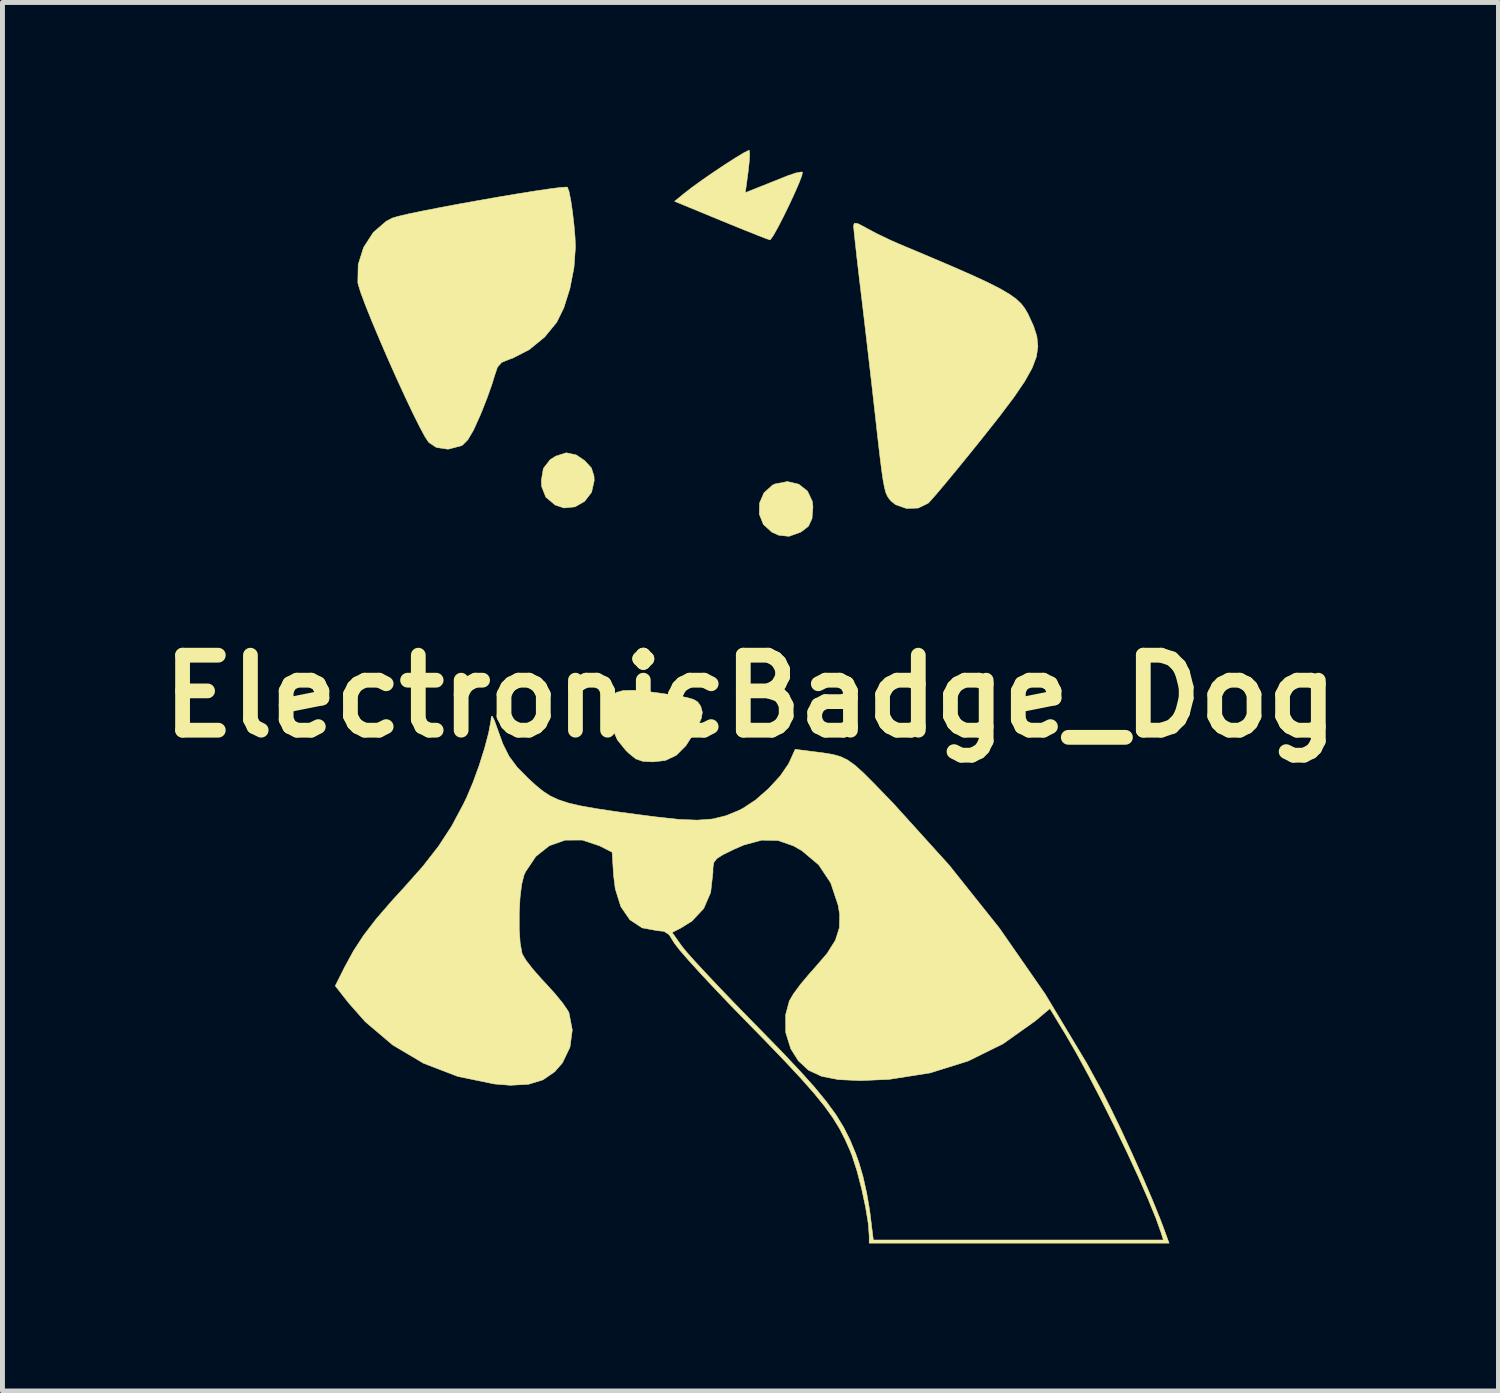
<source format=kicad_pcb>
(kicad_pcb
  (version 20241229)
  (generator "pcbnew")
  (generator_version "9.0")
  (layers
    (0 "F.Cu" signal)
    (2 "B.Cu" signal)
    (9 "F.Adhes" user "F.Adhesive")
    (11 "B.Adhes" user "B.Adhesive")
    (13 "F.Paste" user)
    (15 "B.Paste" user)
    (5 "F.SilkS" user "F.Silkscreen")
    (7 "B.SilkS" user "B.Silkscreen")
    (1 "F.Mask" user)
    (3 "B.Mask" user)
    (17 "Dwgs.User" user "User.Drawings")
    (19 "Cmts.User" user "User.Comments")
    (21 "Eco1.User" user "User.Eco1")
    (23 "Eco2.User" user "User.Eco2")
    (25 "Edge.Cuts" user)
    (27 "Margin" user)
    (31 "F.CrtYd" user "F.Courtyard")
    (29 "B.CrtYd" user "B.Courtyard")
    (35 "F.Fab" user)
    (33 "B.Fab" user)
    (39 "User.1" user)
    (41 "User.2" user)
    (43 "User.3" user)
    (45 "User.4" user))
  (footprint "ElectronicBadge_Dog"
    (layer "F.Cu")
    (at 12.199 11.098)
    (property "Reference" "ElectronicBadge_Dog" (at 0 0 0) (layer "F.SilkS") (effects (font (size 1.524 1.524) (thickness 0.3))))
    (attr through_hole)
    (fp_poly (pts (xy -3.54 -4.904) (xy -3.37 -4.789) (xy -3.232 -4.64) (xy -3.179 -4.474) (xy -3.175 -4.381) (xy -3.228 -4.145) (xy -3.369 -3.961) (xy -3.565 -3.849) (xy -3.789 -3.826) (xy -3.969 -3.887) (xy -4.158 -4.046) (xy -4.242 -4.26) (xy -4.25 -4.381) (xy -4.208 -4.629) (xy -4.07 -4.807) (xy -3.957 -4.879) (xy -3.743 -4.947) (xy -3.54 -4.904)) (stroke (width 0.01) (type solid)) (fill yes) (layer "F.SilkS"))
    (fp_poly (pts (xy 0.981 -4.309) (xy 1.159 -4.169) (xy 1.258 -3.96) (xy 1.27 -3.847) (xy 1.251 -3.61) (xy 1.179 -3.455) (xy 1.036 -3.344) (xy 1.011 -3.331) (xy 0.783 -3.25) (xy 0.575 -3.272) (xy 0.435 -3.335) (xy 0.263 -3.491) (xy 0.18 -3.7) (xy 0.185 -3.926) (xy 0.275 -4.134) (xy 0.448 -4.29) (xy 0.499 -4.314) (xy 0.752 -4.363) (xy 0.981 -4.309)) (stroke (width 0.01) (type solid)) (fill yes) (layer "F.SilkS"))
    (fp_poly (pts (xy -2.095 -0.097) (xy -1.822 -0.061) (xy -1.506 -0.014) (xy -1.292 0.025) (xy -1.157 0.064) (xy -1.077 0.111) (xy -1.028 0.174) (xy -1.006 0.218) (xy -0.977 0.326) (xy -0.998 0.449) (xy -1.079 0.627) (xy -1.117 0.698) (xy -1.31 1.003) (xy -1.507 1.2) (xy -1.729 1.305) (xy -1.981 1.333) (xy -2.185 1.323) (xy -2.329 1.273) (xy -2.472 1.158) (xy -2.536 1.095) (xy -2.706 0.883) (xy -2.813 0.637) (xy -2.851 0.487) (xy -2.893 0.274) (xy -2.9 0.143) (xy -2.868 0.055) (xy -2.822 -0.005) (xy -2.726 -0.077) (xy -2.588 -0.116) (xy -2.384 -0.122) (xy -2.095 -0.097)) (stroke (width 0.01) (type solid)) (fill yes) (layer "F.SilkS"))
    (fp_poly (pts (xy -0.015 -11.019) (xy -0.025 -10.856) (xy -0.048 -10.649) (xy -0.104 -10.234) (xy 0.186 -10.349) (xy 0.432 -10.447) (xy 0.687 -10.549) (xy 0.749 -10.574) (xy 0.917 -10.632) (xy 1.032 -10.654) (xy 1.056 -10.649) (xy 1.045 -10.581) (xy 0.987 -10.429) (xy 0.896 -10.22) (xy 0.785 -9.981) (xy 0.667 -9.74) (xy 0.556 -9.524) (xy 0.464 -9.361) (xy 0.406 -9.279) (xy 0.396 -9.274) (xy 0.324 -9.298) (xy 0.156 -9.363) (xy -0.088 -9.46) (xy -0.386 -9.581) (xy -0.596 -9.667) (xy -1.541 -10.057) (xy -1.358 -10.208) (xy -1.197 -10.333) (xy -0.988 -10.484) (xy -0.754 -10.646) (xy -0.519 -10.803) (xy -0.305 -10.94) (xy -0.137 -11.042) (xy -0.038 -11.091) (xy -0.023 -11.093) (xy -0.015 -11.019)) (stroke (width 0.01) (type solid)) (fill yes) (layer "F.SilkS"))
    (fp_poly (pts (xy -3.718 -10.343) (xy -3.687 -10.258) (xy -3.651 -10.08) (xy -3.616 -9.843) (xy -3.586 -9.581) (xy -3.564 -9.327) (xy -3.556 -9.125) (xy -3.586 -8.709) (xy -3.669 -8.283) (xy -3.792 -7.893) (xy -3.937 -7.598) (xy -4.184 -7.297) (xy -4.497 -7.042) (xy -4.832 -6.87) (xy -4.894 -6.849) (xy -5.053 -6.785) (xy -5.141 -6.687) (xy -5.2 -6.511) (xy -5.256 -6.329) (xy -5.346 -6.075) (xy -5.455 -5.797) (xy -5.494 -5.703) (xy -5.628 -5.406) (xy -5.742 -5.213) (xy -5.846 -5.107) (xy -5.879 -5.089) (xy -6.144 -5.02) (xy -6.383 -5.056) (xy -6.537 -5.159) (xy -6.61 -5.268) (xy -6.721 -5.474) (xy -6.862 -5.757) (xy -7.023 -6.097) (xy -7.196 -6.474) (xy -7.372 -6.868) (xy -7.54 -7.258) (xy -7.694 -7.624) (xy -7.823 -7.946) (xy -7.919 -8.203) (xy -7.972 -8.375) (xy -7.978 -8.409) (xy -7.971 -8.772) (xy -7.861 -9.12) (xy -7.664 -9.425) (xy -7.399 -9.654) (xy -7.278 -9.717) (xy -7.161 -9.752) (xy -6.947 -9.802) (xy -6.656 -9.862) (xy -6.305 -9.931) (xy -5.916 -10.004) (xy -5.507 -10.077) (xy -5.098 -10.149) (xy -4.708 -10.214) (xy -4.358 -10.27) (xy -4.065 -10.313) (xy -3.851 -10.34) (xy -3.733 -10.347) (xy -3.718 -10.343)) (stroke (width 0.01) (type solid)) (fill yes) (layer "F.SilkS"))
    (fp_poly (pts (xy 2.18 -9.605) (xy 2.322 -9.533) (xy 2.365 -9.508) (xy 2.578 -9.395) (xy 2.839 -9.27) (xy 3.016 -9.192) (xy 3.618 -8.939) (xy 4.113 -8.728) (xy 4.513 -8.552) (xy 4.831 -8.404) (xy 5.077 -8.279) (xy 5.263 -8.17) (xy 5.4 -8.072) (xy 5.501 -7.977) (xy 5.576 -7.879) (xy 5.637 -7.773) (xy 5.644 -7.759) (xy 5.752 -7.525) (xy 5.82 -7.314) (xy 5.841 -7.11) (xy 5.811 -6.9) (xy 5.723 -6.667) (xy 5.573 -6.398) (xy 5.354 -6.077) (xy 5.062 -5.689) (xy 4.722 -5.259) (xy 4.444 -4.914) (xy 4.186 -4.597) (xy 3.96 -4.324) (xy 3.779 -4.109) (xy 3.655 -3.968) (xy 3.609 -3.921) (xy 3.407 -3.824) (xy 3.17 -3.816) (xy 2.951 -3.892) (xy 2.863 -3.962) (xy 2.819 -4.012) (xy 2.783 -4.065) (xy 2.751 -4.138) (xy 2.723 -4.244) (xy 2.694 -4.398) (xy 2.663 -4.616) (xy 2.626 -4.913) (xy 2.581 -5.302) (xy 2.526 -5.799) (xy 2.51 -5.937) (xy 2.47 -6.293) (xy 2.419 -6.736) (xy 2.362 -7.226) (xy 2.304 -7.723) (xy 2.254 -8.143) (xy 2.206 -8.543) (xy 2.164 -8.904) (xy 2.131 -9.206) (xy 2.107 -9.427) (xy 2.096 -9.549) (xy 2.095 -9.562) (xy 2.112 -9.613) (xy 2.18 -9.605)) (stroke (width 0.01) (type solid)) (fill yes) (layer "F.SilkS"))
    (fp_poly (pts (xy -5.205 0.486) (xy -5.151 0.635) (xy -5.031 0.968) (xy -4.904 1.222) (xy -4.742 1.44) (xy -4.516 1.669) (xy -4.512 1.673) (xy -4.356 1.815) (xy -4.214 1.931) (xy -4.069 2.025) (xy -3.904 2.102) (xy -3.704 2.168) (xy -3.451 2.227) (xy -3.129 2.284) (xy -2.723 2.345) (xy -2.214 2.413) (xy -1.921 2.451) (xy -1.454 2.502) (xy -1.081 2.517) (xy -0.772 2.494) (xy -0.5 2.428) (xy -0.235 2.319) (xy -0.154 2.278) (xy 0.104 2.108) (xy 0.368 1.877) (xy 0.603 1.622) (xy 0.77 1.38) (xy 0.797 1.325) (xy 0.909 1.078) (xy 1.232 1.119) (xy 1.477 1.15) (xy 1.669 1.181) (xy 1.828 1.225) (xy 1.972 1.294) (xy 2.122 1.401) (xy 2.296 1.557) (xy 2.514 1.775) (xy 2.796 2.067) (xy 2.907 2.182) (xy 4.038 3.432) (xy 5.059 4.712) (xy 5.986 6.047) (xy 6.834 7.458) (xy 7.131 8.001) (xy 7.319 8.371) (xy 7.533 8.813) (xy 7.755 9.293) (xy 7.972 9.778) (xy 8.167 10.232) (xy 8.325 10.622) (xy 8.373 10.747) (xy 8.507 11.113) (xy 2.413 11.113) (xy 2.413 10.962) (xy 2.393 10.706) (xy 2.338 10.374) (xy 2.259 10.006) (xy 2.165 9.644) (xy 2.064 9.332) (xy 2.026 9.235) (xy 1.922 9.002) (xy 1.808 8.781) (xy 1.672 8.56) (xy 1.504 8.327) (xy 1.294 8.068) (xy 1.031 7.77) (xy 0.706 7.421) (xy 0.307 7.006) (xy -0.055 6.636) (xy -0.404 6.278) (xy -0.728 5.938) (xy -1.016 5.63) (xy -1.255 5.367) (xy -1.433 5.162) (xy -1.537 5.029) (xy -1.555 5.001) (xy -1.653 4.845) (xy -1.72 4.8) (xy -1.592 4.8) (xy -1.391 5.083) (xy -1.295 5.2) (xy -1.123 5.393) (xy -0.887 5.647) (xy -0.602 5.949) (xy -0.28 6.284) (xy 0.066 6.639) (xy 0.157 6.731) (xy 0.615 7.2) (xy 0.991 7.598) (xy 1.297 7.938) (xy 1.541 8.235) (xy 1.737 8.503) (xy 1.893 8.757) (xy 2.022 9.012) (xy 2.134 9.282) (xy 2.2 9.463) (xy 2.285 9.752) (xy 2.363 10.1) (xy 2.421 10.437) (xy 2.427 10.483) (xy 2.497 11.049) (xy 8.391 11.049) (xy 8.346 10.906) (xy 8.239 10.605) (xy 8.08 10.216) (xy 7.88 9.76) (xy 7.649 9.26) (xy 7.397 8.738) (xy 7.136 8.216) (xy 6.877 7.717) (xy 6.629 7.261) (xy 6.404 6.872) (xy 6.385 6.841) (xy 6.085 6.347) (xy 5.78 6.603) (xy 5.133 7.062) (xy 4.422 7.413) (xy 3.65 7.654) (xy 2.818 7.785) (xy 2.236 7.81) (xy 1.79 7.79) (xy 1.444 7.722) (xy 1.179 7.598) (xy 0.974 7.408) (xy 0.819 7.162) (xy 0.717 6.834) (xy 0.714 6.476) (xy 0.79 6.191) (xy 0.874 6.047) (xy 1.023 5.847) (xy 1.209 5.626) (xy 1.293 5.533) (xy 1.558 5.225) (xy 1.726 4.958) (xy 1.807 4.703) (xy 1.813 4.433) (xy 1.782 4.246) (xy 1.631 3.793) (xy 1.387 3.426) (xy 1.045 3.138) (xy 0.874 3.04) (xy 0.56 2.931) (xy 0.232 2.924) (xy -0.133 3.022) (xy -0.342 3.113) (xy -0.558 3.219) (xy -0.683 3.298) (xy -0.743 3.377) (xy -0.761 3.482) (xy -0.762 3.579) (xy -0.808 3.986) (xy -0.949 4.313) (xy -1.19 4.57) (xy -1.415 4.71) (xy -1.592 4.8) (xy -1.72 4.8) (xy -1.757 4.777) (xy -1.894 4.763) (xy -2.202 4.706) (xy -2.45 4.542) (xy -2.634 4.275) (xy -2.747 3.913) (xy -2.781 3.64) (xy -2.811 3.169) (xy -3.064 3.04) (xy -3.419 2.922) (xy -3.766 2.924) (xy -4.086 3.037) (xy -4.361 3.255) (xy -4.572 3.57) (xy -4.601 3.634) (xy -4.649 3.823) (xy -4.682 4.096) (xy -4.698 4.412) (xy -4.698 4.732) (xy -4.679 5.015) (xy -4.642 5.219) (xy -4.634 5.242) (xy -4.562 5.364) (xy -4.423 5.543) (xy -4.243 5.748) (xy -4.162 5.834) (xy -3.972 6.043) (xy -3.812 6.239) (xy -3.708 6.392) (xy -3.687 6.434) (xy -3.62 6.781) (xy -3.667 7.131) (xy -3.821 7.451) (xy -3.977 7.63) (xy -4.216 7.795) (xy -4.51 7.885) (xy -4.879 7.905) (xy -5.208 7.878) (xy -5.951 7.724) (xy -6.641 7.459) (xy -7.269 7.087) (xy -7.827 6.614) (xy -8.164 6.232) (xy -8.437 5.885) (xy -8.243 5.498) (xy -8.064 5.17) (xy -7.857 4.854) (xy -7.602 4.522) (xy -7.28 4.15) (xy -7.057 3.907) (xy -6.659 3.459) (xy -6.339 3.049) (xy -6.072 2.64) (xy -5.835 2.196) (xy -5.768 2.058) (xy -5.637 1.748) (xy -5.511 1.401) (xy -5.401 1.052) (xy -5.318 0.736) (xy -5.272 0.487) (xy -5.267 0.418) (xy -5.249 0.401) (xy -5.205 0.486)) (stroke (width 0.01) (type solid)) (fill yes) (layer "F.SilkS")))
  (gr_rect
    (start -3 -3)
    (end 27.399 25.215)
    (stroke (width 0.1) (type default))
    (fill no)
    (layer "Edge.Cuts")))
</source>
